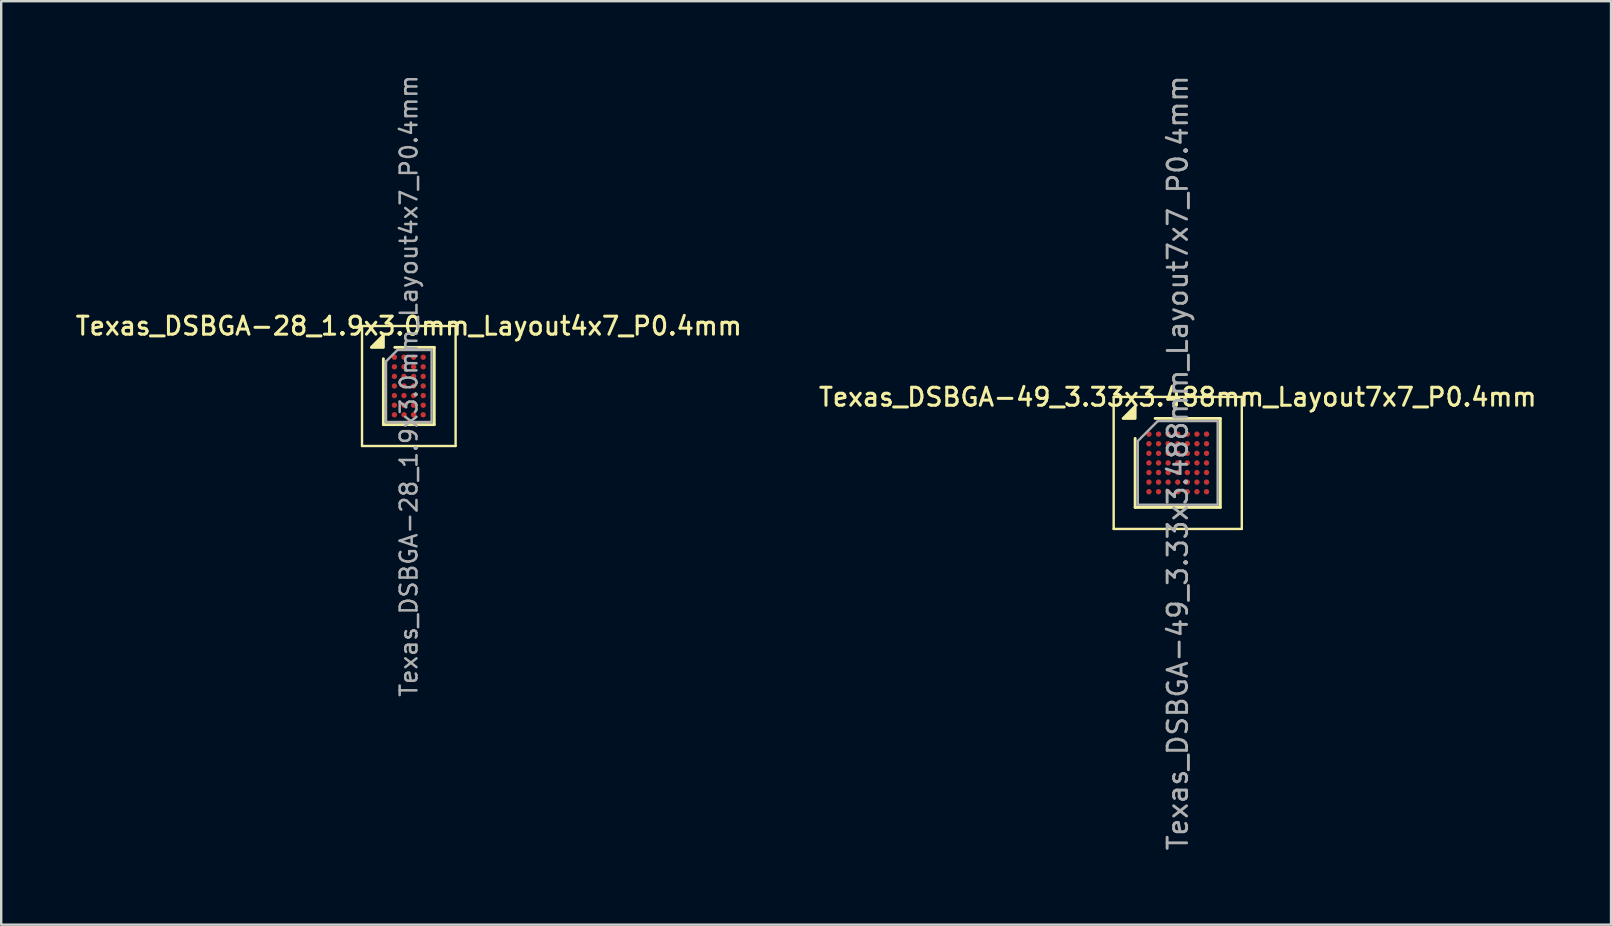
<source format=kicad_pcb>
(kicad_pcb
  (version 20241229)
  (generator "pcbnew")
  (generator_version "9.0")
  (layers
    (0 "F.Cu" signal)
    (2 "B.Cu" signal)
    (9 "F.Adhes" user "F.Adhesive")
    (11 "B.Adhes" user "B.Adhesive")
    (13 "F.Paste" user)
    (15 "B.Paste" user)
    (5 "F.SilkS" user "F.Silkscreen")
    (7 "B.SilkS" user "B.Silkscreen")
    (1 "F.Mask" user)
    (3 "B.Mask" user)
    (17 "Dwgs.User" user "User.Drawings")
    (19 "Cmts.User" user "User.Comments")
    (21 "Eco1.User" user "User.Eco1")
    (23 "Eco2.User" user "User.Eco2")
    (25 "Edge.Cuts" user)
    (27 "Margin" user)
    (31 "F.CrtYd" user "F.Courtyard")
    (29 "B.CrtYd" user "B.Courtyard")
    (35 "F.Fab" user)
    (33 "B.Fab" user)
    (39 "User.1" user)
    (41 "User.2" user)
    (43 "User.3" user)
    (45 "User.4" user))
  (footprint "Texas_DSBGA-49_3.33x3.488mm_Layout7x7_P0.4mm"
    (layer "F.Cu")
    (at 46.034 16.243)
    (property "Reference" "Texas_DSBGA-49_3.33x3.488mm_Layout7x7_P0.4mm" (at 0 -2.744 0) (layer "F.SilkS") (effects (font (size 0.75 0.75) (thickness 0.125))))
    (attr smd)
    (fp_line (start -2.67 -2.75) (end -2.67 2.75) (stroke (width 0.1) (type solid)) (layer "F.SilkS"))
    (fp_line (start -2.67 2.75) (end 2.67 2.75) (stroke (width 0.1) (type solid)) (layer "F.SilkS"))
    (fp_line (start -1.775 1.854) (end -1.775 -1.022) (stroke (width 0.12) (type solid)) (layer "F.SilkS"))
    (fp_line (start -0.943 -1.854) (end 1.775 -1.854) (stroke (width 0.12) (type solid)) (layer "F.SilkS"))
    (fp_line (start 1.775 -1.854) (end 1.775 1.854) (stroke (width 0.12) (type solid)) (layer "F.SilkS"))
    (fp_line (start 1.775 1.854) (end -1.775 1.854) (stroke (width 0.12) (type solid)) (layer "F.SilkS"))
    (fp_line (start 2.67 -2.75) (end -2.67 -2.75) (stroke (width 0.1) (type solid)) (layer "F.SilkS"))
    (fp_line (start 2.67 2.75) (end 2.67 -2.75) (stroke (width 0.1) (type solid)) (layer "F.SilkS"))
    (fp_poly (pts (xy -1.775 -1.854) (xy -2.275 -1.854) (xy -1.775 -2.354) (xy -1.775 -1.854)) (stroke (width 0.12) (type solid)) (fill yes) (layer "F.SilkS"))
    (fp_line (start -1.665 -0.911) (end -0.833 -1.744) (stroke (width 0.1) (type solid)) (layer "F.Fab"))
    (fp_line (start -1.665 1.744) (end -1.665 -0.911) (stroke (width 0.1) (type solid)) (layer "F.Fab"))
    (fp_line (start -0.833 -1.744) (end 1.665 -1.744) (stroke (width 0.1) (type solid)) (layer "F.Fab"))
    (fp_line (start 1.665 -1.744) (end 1.665 1.744) (stroke (width 0.1) (type solid)) (layer "F.Fab"))
    (fp_line (start 1.665 1.744) (end -1.665 1.744) (stroke (width 0.1) (type solid)) (layer "F.Fab"))
    (fp_text user "${REFERENCE}" (at 0 0 270) (layer "F.Fab") (effects (font (size 0.81 0.81) (thickness 0.121))))
    (pad "A1" smd circle (at -1.2 -1.2) (size 0.225 0.225) (property pad_prop_bga) (layers "F.Cu" "F.Mask" "F.Paste"))
    (pad "A2" smd circle (at -0.8 -1.2) (size 0.225 0.225) (property pad_prop_bga) (layers "F.Cu" "F.Mask" "F.Paste"))
    (pad "A3" smd circle (at -0.4 -1.2) (size 0.225 0.225) (property pad_prop_bga) (layers "F.Cu" "F.Mask" "F.Paste"))
    (pad "A4" smd circle (at 0 -1.2) (size 0.225 0.225) (property pad_prop_bga) (layers "F.Cu" "F.Mask" "F.Paste"))
    (pad "A5" smd circle (at 0.4 -1.2) (size 0.225 0.225) (property pad_prop_bga) (layers "F.Cu" "F.Mask" "F.Paste"))
    (pad "A6" smd circle (at 0.8 -1.2) (size 0.225 0.225) (property pad_prop_bga) (layers "F.Cu" "F.Mask" "F.Paste"))
    (pad "A7" smd circle (at 1.2 -1.2) (size 0.225 0.225) (property pad_prop_bga) (layers "F.Cu" "F.Mask" "F.Paste"))
    (pad "B1" smd circle (at -1.2 -0.8) (size 0.225 0.225) (property pad_prop_bga) (layers "F.Cu" "F.Mask" "F.Paste"))
    (pad "B2" smd circle (at -0.8 -0.8) (size 0.225 0.225) (property pad_prop_bga) (layers "F.Cu" "F.Mask" "F.Paste"))
    (pad "B3" smd circle (at -0.4 -0.8) (size 0.225 0.225) (property pad_prop_bga) (layers "F.Cu" "F.Mask" "F.Paste"))
    (pad "B4" smd circle (at 0 -0.8) (size 0.225 0.225) (property pad_prop_bga) (layers "F.Cu" "F.Mask" "F.Paste"))
    (pad "B5" smd circle (at 0.4 -0.8) (size 0.225 0.225) (property pad_prop_bga) (layers "F.Cu" "F.Mask" "F.Paste"))
    (pad "B6" smd circle (at 0.8 -0.8) (size 0.225 0.225) (property pad_prop_bga) (layers "F.Cu" "F.Mask" "F.Paste"))
    (pad "B7" smd circle (at 1.2 -0.8) (size 0.225 0.225) (property pad_prop_bga) (layers "F.Cu" "F.Mask" "F.Paste"))
    (pad "C1" smd circle (at -1.2 -0.4) (size 0.225 0.225) (property pad_prop_bga) (layers "F.Cu" "F.Mask" "F.Paste"))
    (pad "C2" smd circle (at -0.8 -0.4) (size 0.225 0.225) (property pad_prop_bga) (layers "F.Cu" "F.Mask" "F.Paste"))
    (pad "C3" smd circle (at -0.4 -0.4) (size 0.225 0.225) (property pad_prop_bga) (layers "F.Cu" "F.Mask" "F.Paste"))
    (pad "C4" smd circle (at 0 -0.4) (size 0.225 0.225) (property pad_prop_bga) (layers "F.Cu" "F.Mask" "F.Paste"))
    (pad "C5" smd circle (at 0.4 -0.4) (size 0.225 0.225) (property pad_prop_bga) (layers "F.Cu" "F.Mask" "F.Paste"))
    (pad "C6" smd circle (at 0.8 -0.4) (size 0.225 0.225) (property pad_prop_bga) (layers "F.Cu" "F.Mask" "F.Paste"))
    (pad "C7" smd circle (at 1.2 -0.4) (size 0.225 0.225) (property pad_prop_bga) (layers "F.Cu" "F.Mask" "F.Paste"))
    (pad "D1" smd circle (at -1.2 0) (size 0.225 0.225) (property pad_prop_bga) (layers "F.Cu" "F.Mask" "F.Paste"))
    (pad "D2" smd circle (at -0.8 0) (size 0.225 0.225) (property pad_prop_bga) (layers "F.Cu" "F.Mask" "F.Paste"))
    (pad "D3" smd circle (at -0.4 0) (size 0.225 0.225) (property pad_prop_bga) (layers "F.Cu" "F.Mask" "F.Paste"))
    (pad "D4" smd circle (at 0 0) (size 0.225 0.225) (property pad_prop_bga) (layers "F.Cu" "F.Mask" "F.Paste"))
    (pad "D5" smd circle (at 0.4 0) (size 0.225 0.225) (property pad_prop_bga) (layers "F.Cu" "F.Mask" "F.Paste"))
    (pad "D6" smd circle (at 0.8 0) (size 0.225 0.225) (property pad_prop_bga) (layers "F.Cu" "F.Mask" "F.Paste"))
    (pad "D7" smd circle (at 1.2 0) (size 0.225 0.225) (property pad_prop_bga) (layers "F.Cu" "F.Mask" "F.Paste"))
    (pad "E1" smd circle (at -1.2 0.4) (size 0.225 0.225) (property pad_prop_bga) (layers "F.Cu" "F.Mask" "F.Paste"))
    (pad "E2" smd circle (at -0.8 0.4) (size 0.225 0.225) (property pad_prop_bga) (layers "F.Cu" "F.Mask" "F.Paste"))
    (pad "E3" smd circle (at -0.4 0.4) (size 0.225 0.225) (property pad_prop_bga) (layers "F.Cu" "F.Mask" "F.Paste"))
    (pad "E4" smd circle (at 0 0.4) (size 0.225 0.225) (property pad_prop_bga) (layers "F.Cu" "F.Mask" "F.Paste"))
    (pad "E5" smd circle (at 0.4 0.4) (size 0.225 0.225) (property pad_prop_bga) (layers "F.Cu" "F.Mask" "F.Paste"))
    (pad "E6" smd circle (at 0.8 0.4) (size 0.225 0.225) (property pad_prop_bga) (layers "F.Cu" "F.Mask" "F.Paste"))
    (pad "E7" smd circle (at 1.2 0.4) (size 0.225 0.225) (property pad_prop_bga) (layers "F.Cu" "F.Mask" "F.Paste"))
    (pad "F1" smd circle (at -1.2 0.8) (size 0.225 0.225) (property pad_prop_bga) (layers "F.Cu" "F.Mask" "F.Paste"))
    (pad "F2" smd circle (at -0.8 0.8) (size 0.225 0.225) (property pad_prop_bga) (layers "F.Cu" "F.Mask" "F.Paste"))
    (pad "F3" smd circle (at -0.4 0.8) (size 0.225 0.225) (property pad_prop_bga) (layers "F.Cu" "F.Mask" "F.Paste"))
    (pad "F4" smd circle (at 0 0.8) (size 0.225 0.225) (property pad_prop_bga) (layers "F.Cu" "F.Mask" "F.Paste"))
    (pad "F5" smd circle (at 0.4 0.8) (size 0.225 0.225) (property pad_prop_bga) (layers "F.Cu" "F.Mask" "F.Paste"))
    (pad "F6" smd circle (at 0.8 0.8) (size 0.225 0.225) (property pad_prop_bga) (layers "F.Cu" "F.Mask" "F.Paste"))
    (pad "F7" smd circle (at 1.2 0.8) (size 0.225 0.225) (property pad_prop_bga) (layers "F.Cu" "F.Mask" "F.Paste"))
    (pad "G1" smd circle (at -1.2 1.2) (size 0.225 0.225) (property pad_prop_bga) (layers "F.Cu" "F.Mask" "F.Paste"))
    (pad "G2" smd circle (at -0.8 1.2) (size 0.225 0.225) (property pad_prop_bga) (layers "F.Cu" "F.Mask" "F.Paste"))
    (pad "G3" smd circle (at -0.4 1.2) (size 0.225 0.225) (property pad_prop_bga) (layers "F.Cu" "F.Mask" "F.Paste"))
    (pad "G4" smd circle (at 0 1.2) (size 0.225 0.225) (property pad_prop_bga) (layers "F.Cu" "F.Mask" "F.Paste"))
    (pad "G5" smd circle (at 0.4 1.2) (size 0.225 0.225) (property pad_prop_bga) (layers "F.Cu" "F.Mask" "F.Paste"))
    (pad "G6" smd circle (at 0.8 1.2) (size 0.225 0.225) (property pad_prop_bga) (layers "F.Cu" "F.Mask" "F.Paste"))
    (pad "G7" smd circle (at 1.2 1.2) (size 0.225 0.225) (property pad_prop_bga) (layers "F.Cu" "F.Mask" "F.Paste")))
  (footprint "Texas_DSBGA-28_1.9x3.0mm_Layout4x7_P0.4mm"
    (layer "F.Cu")
    (at 13.988 13.037)
    (property "Reference" "Texas_DSBGA-28_1.9x3.0mm_Layout4x7_P0.4mm" (at 0 -2.5 0) (layer "F.SilkS") (effects (font (size 0.75 0.75) (thickness 0.125))))
    (attr smd)
    (fp_line (start -1.95 -2.5) (end -1.95 2.5) (stroke (width 0.1) (type solid)) (layer "F.SilkS"))
    (fp_line (start -1.95 2.5) (end 1.95 2.5) (stroke (width 0.1) (type solid)) (layer "F.SilkS"))
    (fp_line (start -1.06 1.61) (end -1.06 -1.135) (stroke (width 0.12) (type solid)) (layer "F.SilkS"))
    (fp_line (start -0.585 -1.61) (end 1.06 -1.61) (stroke (width 0.12) (type solid)) (layer "F.SilkS"))
    (fp_line (start 1.06 -1.61) (end 1.06 1.61) (stroke (width 0.12) (type solid)) (layer "F.SilkS"))
    (fp_line (start 1.06 1.61) (end -1.06 1.61) (stroke (width 0.12) (type solid)) (layer "F.SilkS"))
    (fp_line (start 1.95 -2.5) (end -1.95 -2.5) (stroke (width 0.1) (type solid)) (layer "F.SilkS"))
    (fp_line (start 1.95 2.5) (end 1.95 -2.5) (stroke (width 0.1) (type solid)) (layer "F.SilkS"))
    (fp_poly (pts (xy -1.06 -1.61) (xy -1.56 -1.61) (xy -1.06 -2.11) (xy -1.06 -1.61)) (stroke (width 0.12) (type solid)) (fill yes) (layer "F.SilkS"))
    (fp_line (start -0.95 -1.025) (end -0.475 -1.5) (stroke (width 0.1) (type solid)) (layer "F.Fab"))
    (fp_line (start -0.95 1.5) (end -0.95 -1.025) (stroke (width 0.1) (type solid)) (layer "F.Fab"))
    (fp_line (start -0.475 -1.5) (end 0.95 -1.5) (stroke (width 0.1) (type solid)) (layer "F.Fab"))
    (fp_line (start 0.95 -1.5) (end 0.95 1.5) (stroke (width 0.1) (type solid)) (layer "F.Fab"))
    (fp_line (start 0.95 1.5) (end -0.95 1.5) (stroke (width 0.1) (type solid)) (layer "F.Fab"))
    (fp_text user "${REFERENCE}" (at 0 0 270) (layer "F.Fab") (effects (font (size 0.7 0.7) (thickness 0.105))))
    (pad "A1" smd circle (at -0.6 -1.2) (size 0.225 0.225) (property pad_prop_bga) (layers "F.Cu" "F.Mask" "F.Paste"))
    (pad "A2" smd circle (at -0.2 -1.2) (size 0.225 0.225) (property pad_prop_bga) (layers "F.Cu" "F.Mask" "F.Paste"))
    (pad "A3" smd circle (at 0.2 -1.2) (size 0.225 0.225) (property pad_prop_bga) (layers "F.Cu" "F.Mask" "F.Paste"))
    (pad "A4" smd circle (at 0.6 -1.2) (size 0.225 0.225) (property pad_prop_bga) (layers "F.Cu" "F.Mask" "F.Paste"))
    (pad "B1" smd circle (at -0.6 -0.8) (size 0.225 0.225) (property pad_prop_bga) (layers "F.Cu" "F.Mask" "F.Paste"))
    (pad "B2" smd circle (at -0.2 -0.8) (size 0.225 0.225) (property pad_prop_bga) (layers "F.Cu" "F.Mask" "F.Paste"))
    (pad "B3" smd circle (at 0.2 -0.8) (size 0.225 0.225) (property pad_prop_bga) (layers "F.Cu" "F.Mask" "F.Paste"))
    (pad "B4" smd circle (at 0.6 -0.8) (size 0.225 0.225) (property pad_prop_bga) (layers "F.Cu" "F.Mask" "F.Paste"))
    (pad "C1" smd circle (at -0.6 -0.4) (size 0.225 0.225) (property pad_prop_bga) (layers "F.Cu" "F.Mask" "F.Paste"))
    (pad "C2" smd circle (at -0.2 -0.4) (size 0.225 0.225) (property pad_prop_bga) (layers "F.Cu" "F.Mask" "F.Paste"))
    (pad "C3" smd circle (at 0.2 -0.4) (size 0.225 0.225) (property pad_prop_bga) (layers "F.Cu" "F.Mask" "F.Paste"))
    (pad "C4" smd circle (at 0.6 -0.4) (size 0.225 0.225) (property pad_prop_bga) (layers "F.Cu" "F.Mask" "F.Paste"))
    (pad "D1" smd circle (at -0.6 0) (size 0.225 0.225) (property pad_prop_bga) (layers "F.Cu" "F.Mask" "F.Paste"))
    (pad "D2" smd circle (at -0.2 0) (size 0.225 0.225) (property pad_prop_bga) (layers "F.Cu" "F.Mask" "F.Paste"))
    (pad "D3" smd circle (at 0.2 0) (size 0.225 0.225) (property pad_prop_bga) (layers "F.Cu" "F.Mask" "F.Paste"))
    (pad "D4" smd circle (at 0.6 0) (size 0.225 0.225) (property pad_prop_bga) (layers "F.Cu" "F.Mask" "F.Paste"))
    (pad "E1" smd circle (at -0.6 0.4) (size 0.225 0.225) (property pad_prop_bga) (layers "F.Cu" "F.Mask" "F.Paste"))
    (pad "E2" smd circle (at -0.2 0.4) (size 0.225 0.225) (property pad_prop_bga) (layers "F.Cu" "F.Mask" "F.Paste"))
    (pad "E3" smd circle (at 0.2 0.4) (size 0.225 0.225) (property pad_prop_bga) (layers "F.Cu" "F.Mask" "F.Paste"))
    (pad "E4" smd circle (at 0.6 0.4) (size 0.225 0.225) (property pad_prop_bga) (layers "F.Cu" "F.Mask" "F.Paste"))
    (pad "F1" smd circle (at -0.6 0.8) (size 0.225 0.225) (property pad_prop_bga) (layers "F.Cu" "F.Mask" "F.Paste"))
    (pad "F2" smd circle (at -0.2 0.8) (size 0.225 0.225) (property pad_prop_bga) (layers "F.Cu" "F.Mask" "F.Paste"))
    (pad "F3" smd circle (at 0.2 0.8) (size 0.225 0.225) (property pad_prop_bga) (layers "F.Cu" "F.Mask" "F.Paste"))
    (pad "F4" smd circle (at 0.6 0.8) (size 0.225 0.225) (property pad_prop_bga) (layers "F.Cu" "F.Mask" "F.Paste"))
    (pad "G1" smd circle (at -0.6 1.2) (size 0.225 0.225) (property pad_prop_bga) (layers "F.Cu" "F.Mask" "F.Paste"))
    (pad "G2" smd circle (at -0.2 1.2) (size 0.225 0.225) (property pad_prop_bga) (layers "F.Cu" "F.Mask" "F.Paste"))
    (pad "G3" smd circle (at 0.2 1.2) (size 0.225 0.225) (property pad_prop_bga) (layers "F.Cu" "F.Mask" "F.Paste"))
    (pad "G4" smd circle (at 0.6 1.2) (size 0.225 0.225) (property pad_prop_bga) (layers "F.Cu" "F.Mask" "F.Paste")))
  (gr_rect
    (start -3 -3)
    (end 64.093 35.487)
    (stroke (width 0.1) (type default))
    (fill no)
    (layer "Edge.Cuts")))
</source>
